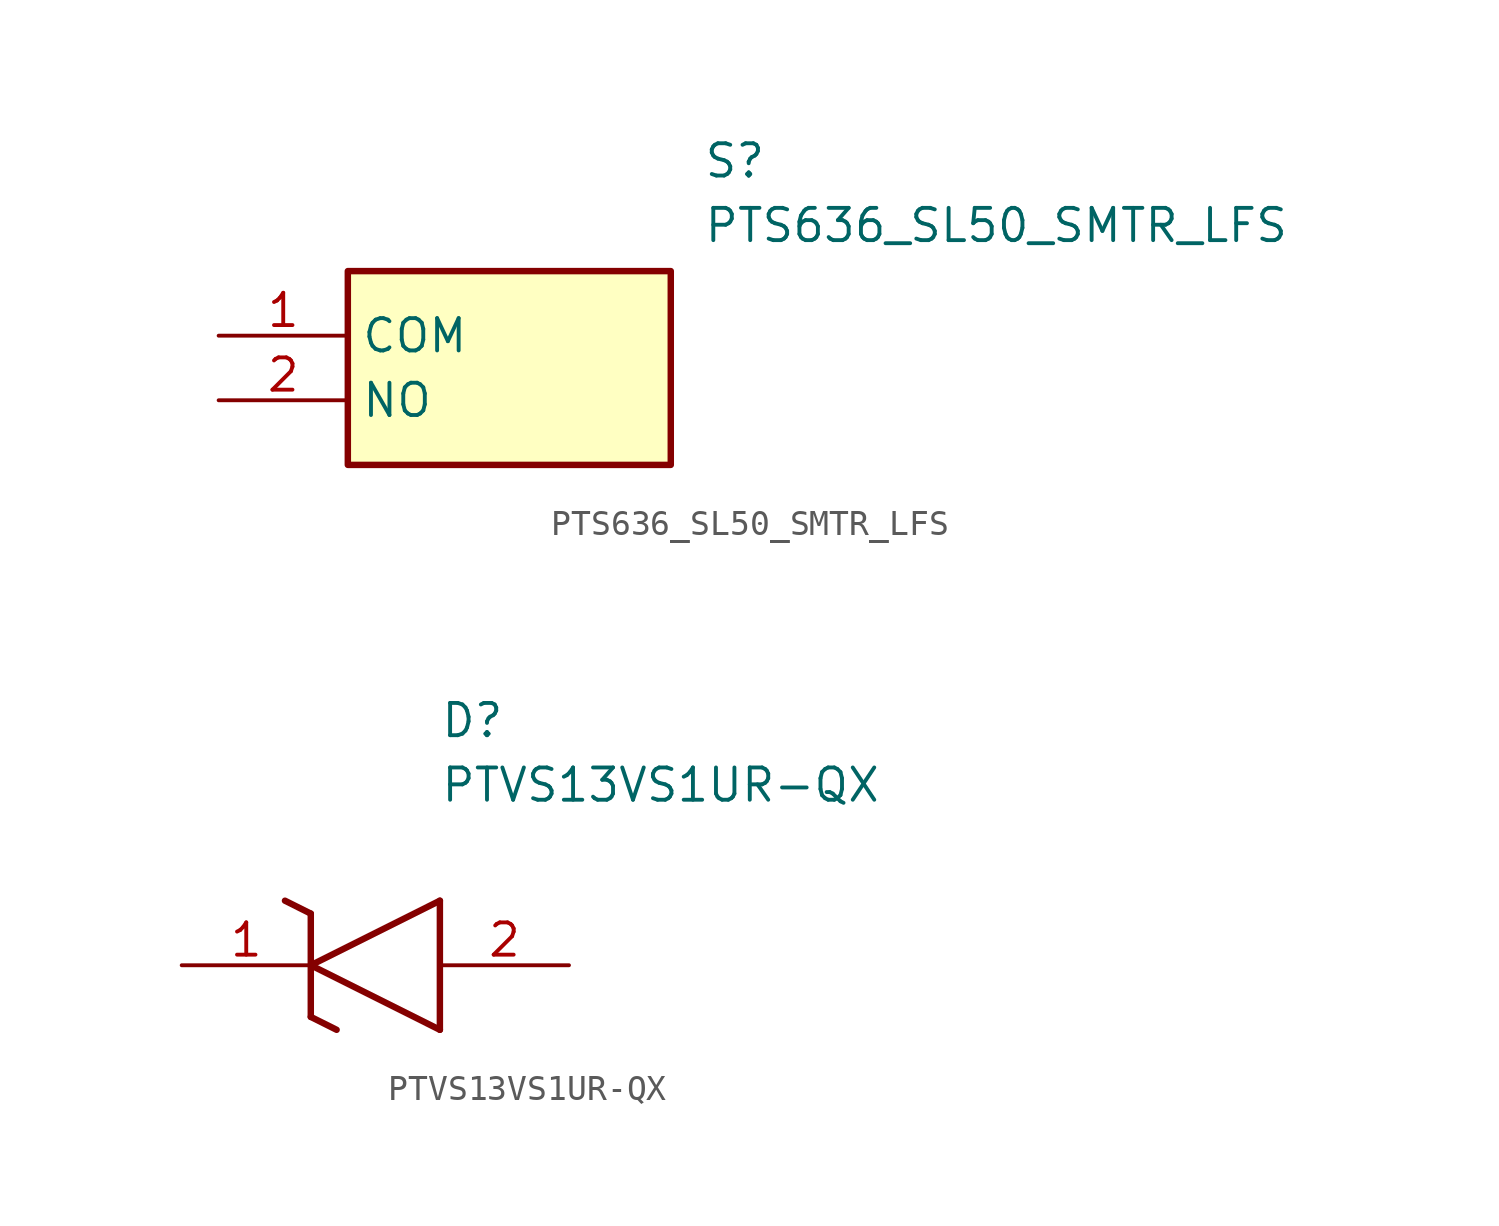
<source format=kicad_sym>
(kicad_symbol_lib
  (version 20231120)
  (generator "kicad_symbol_editor")
  (generator_version "8.0")
  (symbol "PTS636_SL50_SMTR_LFS"
    (property "Reference" "S"
      (at 19.05 7.62 0)
      (effects (font (size 1.27 1.27)) (justify left top)))
    (property "Value" "PTS636_SL50_SMTR_LFS"
      (at 19.05 5.08 0)
      (effects (font (size 1.27 1.27)) (justify left top)))
    (symbol "PTS636_SL50_SMTR_LFS_1_1"
      (rectangle (start 5.08 2.54) (end 17.78 -5.08) (stroke (width 0.254) (type default)) (fill (type background)))
      (pin passive line (at 0 0 0) (length 5.08) (name "COM" (effects (font (size 1.27 1.27)))) (number "1" (effects (font (size 1.27 1.27)))))
      (pin passive line (at 0 -2.54 0) (length 5.08) (name "NO" (effects (font (size 1.27 1.27)))) (number "2" (effects (font (size 1.27 1.27)))))))
  (symbol "PTVS13VS1UR-QX"
    (pin_names hide)
    (property "Reference" "D"
      (at 10.16 8.89 0)
      (effects (font (size 1.27 1.27)) (justify left bottom)))
    (property "Value" "PTVS13VS1UR-QX"
      (at 10.16 6.35 0)
      (effects (font (size 1.27 1.27)) (justify left bottom)))
    (polyline
      (pts (xy 5.08 0) (xy 10.16 2.54))
      (stroke (width 0.254) (type default))
      (fill (type none)))
    (polyline
      (pts (xy 10.16 -2.54) (xy 10.16 2.54))
      (stroke (width 0.254) (type default))
      (fill (type none)))
    (polyline
      (pts (xy 10.16 -2.54) (xy 5.08 0))
      (stroke (width 0.254) (type default))
      (fill (type none)))
    (polyline
      (pts (xy 5.08 -2.032) (xy 6.096 -2.54))
      (stroke (width 0.254) (type default))
      (fill (type none)))
    (polyline
      (pts (xy 5.08 -2.032) (xy 5.08 2.032))
      (stroke (width 0.254) (type default))
      (fill (type none)))
    (polyline
      (pts (xy 4.064 2.54) (xy 5.08 2.032))
      (stroke (width 0.254) (type default))
      (fill (type none)))
    (pin passive line
      (at 0 0 0)
      (length 5.08)
      (name "K" (effects (font (size 1.27 1.27))))
      (number "1" (effects (font (size 1.27 1.27)))))
    (pin passive line
      (at 15.24 0 180)
      (length 5.08)
      (name "A" (effects (font (size 1.27 1.27))))
      (number "2" (effects (font (size 1.27 1.27)))))))
</source>
